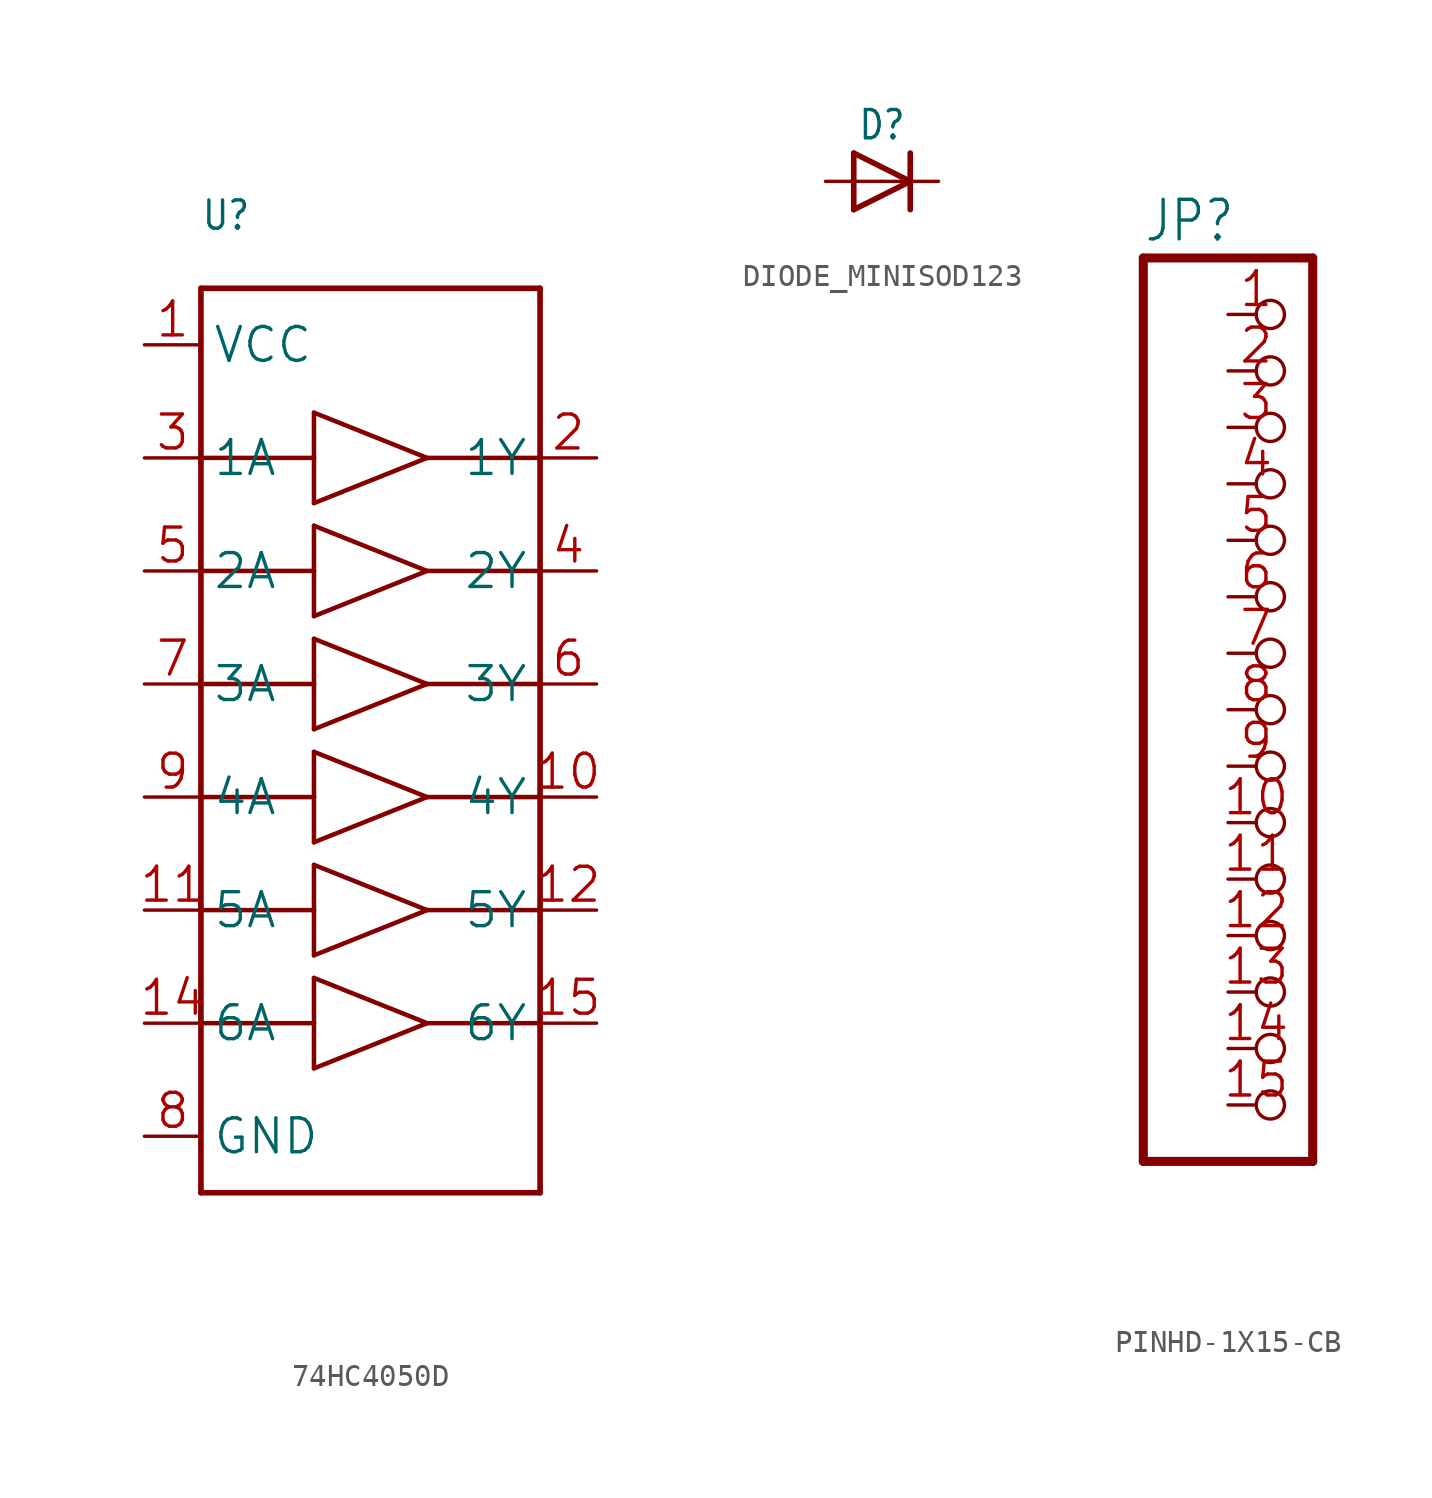
<source format=kicad_sym>
(kicad_symbol_lib
  (version 20241209)
  (generator "kicad_symbol_editor")
  (generator_version "9.0")
  (symbol "74HC4050D"
    (property "Reference" "U"
      (at -7.62 22.86 0)
      (effects (font (size 1.27 1.079)) (justify left bottom)))
    (property "Value" ""
      (at -7.62 -22.86 0)
      (effects (font (size 1.27 1.079)) (justify left bottom)))
    (property "ki_locked" ""
      (at 0 0 0)
      (effects (font (size 1.27 1.27))))
    (symbol "74HC4050D_1_0"
      (polyline (pts (xy -7.62 20.32) (xy 7.62 20.32)) (stroke (width 0.254) (type solid)) (fill (type none)))
      (polyline (pts (xy -7.62 12.7) (xy -2.54 12.7)) (stroke (width 0.203) (type solid)) (fill (type none)))
      (polyline (pts (xy -7.62 7.62) (xy -2.54 7.62)) (stroke (width 0.203) (type solid)) (fill (type none)))
      (polyline (pts (xy -7.62 2.54) (xy -2.54 2.54)) (stroke (width 0.203) (type solid)) (fill (type none)))
      (polyline (pts (xy -7.62 -2.54) (xy -2.54 -2.54)) (stroke (width 0.203) (type solid)) (fill (type none)))
      (polyline (pts (xy -7.62 -7.62) (xy -2.54 -7.62)) (stroke (width 0.203) (type solid)) (fill (type none)))
      (polyline (pts (xy -7.62 -12.7) (xy -2.54 -12.7)) (stroke (width 0.203) (type solid)) (fill (type none)))
      (polyline (pts (xy -7.62 -20.32) (xy -7.62 20.32)) (stroke (width 0.254) (type solid)) (fill (type none)))
      (polyline (pts (xy -2.54 12.7) (xy -2.54 14.732)) (stroke (width 0.203) (type solid)) (fill (type none)))
      (polyline (pts (xy -2.54 10.668) (xy -2.54 12.7)) (stroke (width 0.203) (type solid)) (fill (type none)))
      (polyline (pts (xy -2.54 10.668) (xy 2.54 12.7)) (stroke (width 0.203) (type solid)) (fill (type none)))
      (polyline (pts (xy -2.54 7.62) (xy -2.54 9.652)) (stroke (width 0.203) (type solid)) (fill (type none)))
      (polyline (pts (xy -2.54 5.588) (xy -2.54 7.62)) (stroke (width 0.203) (type solid)) (fill (type none)))
      (polyline (pts (xy -2.54 5.588) (xy 2.54 7.62)) (stroke (width 0.203) (type solid)) (fill (type none)))
      (polyline (pts (xy -2.54 2.54) (xy -2.54 4.572)) (stroke (width 0.203) (type solid)) (fill (type none)))
      (polyline (pts (xy -2.54 0.508) (xy -2.54 2.54)) (stroke (width 0.203) (type solid)) (fill (type none)))
      (polyline (pts (xy -2.54 0.508) (xy 2.54 2.54)) (stroke (width 0.203) (type solid)) (fill (type none)))
      (polyline (pts (xy -2.54 -2.54) (xy -2.54 -0.508)) (stroke (width 0.203) (type solid)) (fill (type none)))
      (polyline (pts (xy -2.54 -4.572) (xy -2.54 -2.54)) (stroke (width 0.203) (type solid)) (fill (type none)))
      (polyline (pts (xy -2.54 -4.572) (xy 2.54 -2.54)) (stroke (width 0.203) (type solid)) (fill (type none)))
      (polyline (pts (xy -2.54 -7.62) (xy -2.54 -5.588)) (stroke (width 0.203) (type solid)) (fill (type none)))
      (polyline (pts (xy -2.54 -9.652) (xy -2.54 -7.62)) (stroke (width 0.203) (type solid)) (fill (type none)))
      (polyline (pts (xy -2.54 -9.652) (xy 2.54 -7.62)) (stroke (width 0.203) (type solid)) (fill (type none)))
      (polyline (pts (xy -2.54 -12.7) (xy -2.54 -10.668)) (stroke (width 0.203) (type solid)) (fill (type none)))
      (polyline (pts (xy -2.54 -14.732) (xy -2.54 -12.7)) (stroke (width 0.203) (type solid)) (fill (type none)))
      (polyline (pts (xy -2.54 -14.732) (xy 2.54 -12.7)) (stroke (width 0.203) (type solid)) (fill (type none)))
      (polyline (pts (xy 2.54 12.7) (xy -2.54 14.732)) (stroke (width 0.203) (type solid)) (fill (type none)))
      (polyline (pts (xy 2.54 12.7) (xy 7.62 12.7)) (stroke (width 0.203) (type solid)) (fill (type none)))
      (polyline (pts (xy 2.54 7.62) (xy -2.54 9.652)) (stroke (width 0.203) (type solid)) (fill (type none)))
      (polyline (pts (xy 2.54 7.62) (xy 7.62 7.62)) (stroke (width 0.203) (type solid)) (fill (type none)))
      (polyline (pts (xy 2.54 2.54) (xy -2.54 4.572)) (stroke (width 0.203) (type solid)) (fill (type none)))
      (polyline (pts (xy 2.54 2.54) (xy 7.62 2.54)) (stroke (width 0.203) (type solid)) (fill (type none)))
      (polyline (pts (xy 2.54 -2.54) (xy -2.54 -0.508)) (stroke (width 0.203) (type solid)) (fill (type none)))
      (polyline (pts (xy 2.54 -2.54) (xy 7.62 -2.54)) (stroke (width 0.203) (type solid)) (fill (type none)))
      (polyline (pts (xy 2.54 -7.62) (xy -2.54 -5.588)) (stroke (width 0.203) (type solid)) (fill (type none)))
      (polyline (pts (xy 2.54 -7.62) (xy 7.62 -7.62)) (stroke (width 0.203) (type solid)) (fill (type none)))
      (polyline (pts (xy 2.54 -12.7) (xy -2.54 -10.668)) (stroke (width 0.203) (type solid)) (fill (type none)))
      (polyline (pts (xy 2.54 -12.7) (xy 7.62 -12.7)) (stroke (width 0.203) (type solid)) (fill (type none)))
      (polyline (pts (xy 7.62 20.32) (xy 7.62 12.7)) (stroke (width 0.254) (type solid)) (fill (type none)))
      (polyline (pts (xy 7.62 12.7) (xy 7.62 -20.32)) (stroke (width 0.254) (type solid)) (fill (type none)))
      (polyline (pts (xy 7.62 -20.32) (xy -7.62 -20.32)) (stroke (width 0.254) (type solid)) (fill (type none)))
      (pin bidirectional line (at -10.16 17.78 0) (length 2.54) (name "VCC" (effects (font (size 1.524 1.524)))) (number "1" (effects (font (size 1.524 1.524)))))
      (pin bidirectional line (at -10.16 12.7 0) (length 2.54) (name "1A" (effects (font (size 1.524 1.524)))) (number "3" (effects (font (size 1.524 1.524)))))
      (pin bidirectional line (at -10.16 7.62 0) (length 2.54) (name "2A" (effects (font (size 1.524 1.524)))) (number "5" (effects (font (size 1.524 1.524)))))
      (pin bidirectional line (at -10.16 2.54 0) (length 2.54) (name "3A" (effects (font (size 1.524 1.524)))) (number "7" (effects (font (size 1.524 1.524)))))
      (pin bidirectional line (at -10.16 -2.54 0) (length 2.54) (name "4A" (effects (font (size 1.524 1.524)))) (number "9" (effects (font (size 1.524 1.524)))))
      (pin bidirectional line (at -10.16 -7.62 0) (length 2.54) (name "5A" (effects (font (size 1.524 1.524)))) (number "11" (effects (font (size 1.524 1.524)))))
      (pin bidirectional line (at -10.16 -12.7 0) (length 2.54) (name "6A" (effects (font (size 1.524 1.524)))) (number "14" (effects (font (size 1.524 1.524)))))
      (pin bidirectional line (at -10.16 -17.78 0) (length 2.54) (name "GND" (effects (font (size 1.524 1.524)))) (number "8" (effects (font (size 1.524 1.524)))))
      (pin bidirectional line (at 10.16 12.7 180) (length 2.54) (name "1Y" (effects (font (size 1.524 1.524)))) (number "2" (effects (font (size 1.524 1.524)))))
      (pin bidirectional line (at 10.16 7.62 180) (length 2.54) (name "2Y" (effects (font (size 1.524 1.524)))) (number "4" (effects (font (size 1.524 1.524)))))
      (pin bidirectional line (at 10.16 2.54 180) (length 2.54) (name "3Y" (effects (font (size 1.524 1.524)))) (number "6" (effects (font (size 1.524 1.524)))))
      (pin bidirectional line (at 10.16 -2.54 180) (length 2.54) (name "4Y" (effects (font (size 1.524 1.524)))) (number "10" (effects (font (size 1.524 1.524)))))
      (pin bidirectional line (at 10.16 -7.62 180) (length 2.54) (name "5Y" (effects (font (size 1.524 1.524)))) (number "12" (effects (font (size 1.524 1.524)))))
      (pin bidirectional line (at 10.16 -12.7 180) (length 2.54) (name "6Y" (effects (font (size 1.524 1.524)))) (number "15" (effects (font (size 1.524 1.524)))))))
  (symbol "DIODE_MINISOD123"
    (property "Reference" "D"
      (at 0 2.54 0)
      (effects (font (size 1.27 1.079))))
    (property "Value" ""
      (at 0 -2.5 0)
      (effects (font (size 1.27 1.079))))
    (property "ki_locked" ""
      (at 0 0 0)
      (effects (font (size 1.27 1.27))))
    (symbol "DIODE_MINISOD123_1_0"
      (polyline (pts (xy -1.27 1.27) (xy -1.27 -1.27)) (stroke (width 0.254) (type solid)) (fill (type none)))
      (polyline (pts (xy -1.27 -1.27) (xy 1.27 0)) (stroke (width 0.254) (type solid)) (fill (type none)))
      (polyline (pts (xy 1.27 1.27) (xy 1.27 0)) (stroke (width 0.254) (type solid)) (fill (type none)))
      (polyline (pts (xy 1.27 0) (xy -1.27 1.27)) (stroke (width 0.254) (type solid)) (fill (type none)))
      (polyline (pts (xy 1.27 0) (xy 1.27 -1.27)) (stroke (width 0.254) (type solid)) (fill (type none)))
      (pin passive line (at -2.54 0 0) (length 2.54) (name "A" (effects (font (size 0 0)))) (number "A" (effects (font (size 0 0)))))
      (pin passive line (at 2.54 0 180) (length 2.54) (name "C" (effects (font (size 0 0)))) (number "C" (effects (font (size 0 0)))))))
  (symbol "PINHD-1X15-CB"
    (property "Reference" "JP"
      (at -6.35 20.955 0)
      (effects (font (size 1.778 1.511)) (justify left bottom)))
    (property "Value" ""
      (at -6.35 -22.86 0)
      (effects (font (size 1.778 1.511)) (justify left bottom)))
    (property "ki_locked" ""
      (at 0 0 0)
      (effects (font (size 1.27 1.27))))
    (symbol "PINHD-1X15-CB_1_0"
      (polyline (pts (xy -6.35 20.32) (xy -6.35 -20.32)) (stroke (width 0.406) (type solid)) (fill (type none)))
      (polyline (pts (xy -6.35 -20.32) (xy 1.27 -20.32)) (stroke (width 0.406) (type solid)) (fill (type none)))
      (polyline (pts (xy 1.27 20.32) (xy -6.35 20.32)) (stroke (width 0.406) (type solid)) (fill (type none)))
      (polyline (pts (xy 1.27 -20.32) (xy 1.27 20.32)) (stroke (width 0.406) (type solid)) (fill (type none)))
      (pin passive inverted (at -2.54 17.78 0) (length 2.54) (name "1" (effects (font (size 0 0)))) (number "1" (effects (font (size 1.524 1.524)))))
      (pin passive inverted (at -2.54 15.24 0) (length 2.54) (name "2" (effects (font (size 0 0)))) (number "2" (effects (font (size 1.524 1.524)))))
      (pin passive inverted (at -2.54 12.7 0) (length 2.54) (name "3" (effects (font (size 0 0)))) (number "3" (effects (font (size 1.524 1.524)))))
      (pin passive inverted (at -2.54 10.16 0) (length 2.54) (name "4" (effects (font (size 0 0)))) (number "4" (effects (font (size 1.524 1.524)))))
      (pin passive inverted (at -2.54 7.62 0) (length 2.54) (name "5" (effects (font (size 0 0)))) (number "5" (effects (font (size 1.524 1.524)))))
      (pin passive inverted (at -2.54 5.08 0) (length 2.54) (name "6" (effects (font (size 0 0)))) (number "6" (effects (font (size 1.524 1.524)))))
      (pin passive inverted (at -2.54 2.54 0) (length 2.54) (name "7" (effects (font (size 0 0)))) (number "7" (effects (font (size 1.524 1.524)))))
      (pin passive inverted (at -2.54 0 0) (length 2.54) (name "8" (effects (font (size 0 0)))) (number "8" (effects (font (size 1.524 1.524)))))
      (pin passive inverted (at -2.54 -2.54 0) (length 2.54) (name "9" (effects (font (size 0 0)))) (number "9" (effects (font (size 1.524 1.524)))))
      (pin passive inverted (at -2.54 -5.08 0) (length 2.54) (name "10" (effects (font (size 0 0)))) (number "10" (effects (font (size 1.524 1.524)))))
      (pin passive inverted (at -2.54 -7.62 0) (length 2.54) (name "11" (effects (font (size 0 0)))) (number "11" (effects (font (size 1.524 1.524)))))
      (pin passive inverted (at -2.54 -10.16 0) (length 2.54) (name "12" (effects (font (size 0 0)))) (number "12" (effects (font (size 1.524 1.524)))))
      (pin passive inverted (at -2.54 -12.7 0) (length 2.54) (name "13" (effects (font (size 0 0)))) (number "13" (effects (font (size 1.524 1.524)))))
      (pin passive inverted (at -2.54 -15.24 0) (length 2.54) (name "14" (effects (font (size 0 0)))) (number "14" (effects (font (size 1.524 1.524)))))
      (pin passive inverted (at -2.54 -17.78 0) (length 2.54) (name "15" (effects (font (size 0 0)))) (number "15" (effects (font (size 1.524 1.524))))))))
</source>
